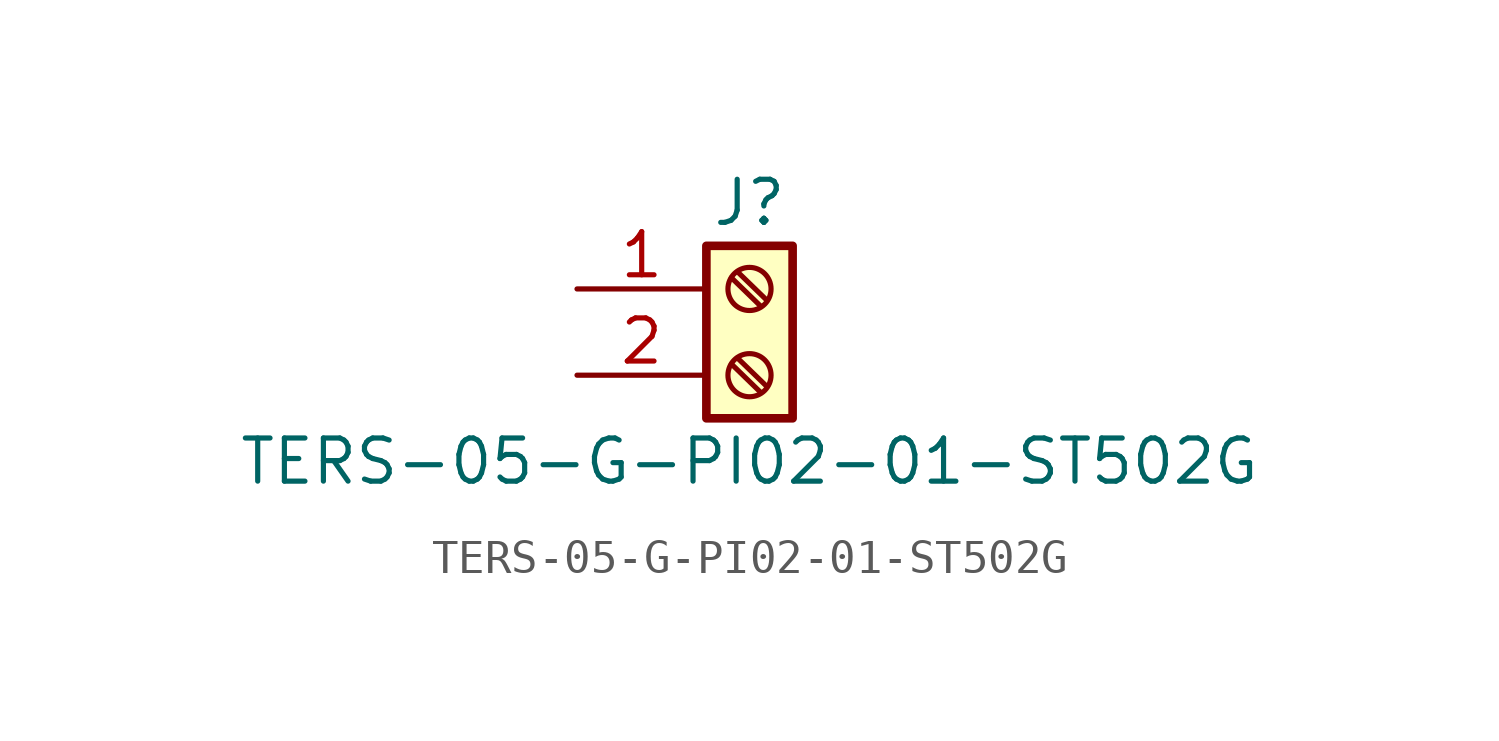
<source format=kicad_sym>
(kicad_symbol_lib
  (version 20211014)
  (generator kicad_symbol_editor)
  (symbol "TERS-05-G-PI02-01-ST502G"
    (pin_names
      (offset 1.016) hide)
    (property "Reference" "J"
      (at 0 2.54 0)
      (effects (font (size 1.27 1.27))))
    (property "Value" "TERS-05-G-PI02-01-ST502G"
      (at 0 -5.08 0)
      (effects (font (size 1.27 1.27))))
    (symbol "TERS-05-G-PI02-01-ST502G_1_1"
      (rectangle (start -1.27 1.27) (end 1.27 -3.81) (stroke (width 0.254) (type default) (color 0 0 0 0)) (fill (type background)))
      (circle (center 0 -2.54) (radius 0.635) (stroke (width 0.152) (type default) (color 0 0 0 0)) (fill (type none)))
      (polyline (pts (xy -0.533 -2.21) (xy 0.33 -3.048)) (stroke (width 0.152) (type default) (color 0 0 0 0)) (fill (type none)))
      (polyline (pts (xy -0.533 0.33) (xy 0.33 -0.508)) (stroke (width 0.152) (type default) (color 0 0 0 0)) (fill (type none)))
      (polyline (pts (xy -0.356 -2.032) (xy 0.508 -2.87)) (stroke (width 0.152) (type default) (color 0 0 0 0)) (fill (type none)))
      (polyline (pts (xy -0.356 0.508) (xy 0.508 -0.33)) (stroke (width 0.152) (type default) (color 0 0 0 0)) (fill (type none)))
      (circle (center 0 0) (radius 0.635) (stroke (width 0.152) (type default) (color 0 0 0 0)) (fill (type none)))
      (pin passive line (at -5.08 0 0) (length 3.81) (name "Pin_1" (effects (font (size 1.27 1.27)))) (number "1" (effects (font (size 1.27 1.27)))))
      (pin passive line (at -5.08 -2.54 0) (length 3.81) (name "Pin_2" (effects (font (size 1.27 1.27)))) (number "2" (effects (font (size 1.27 1.27))))))))
</source>
